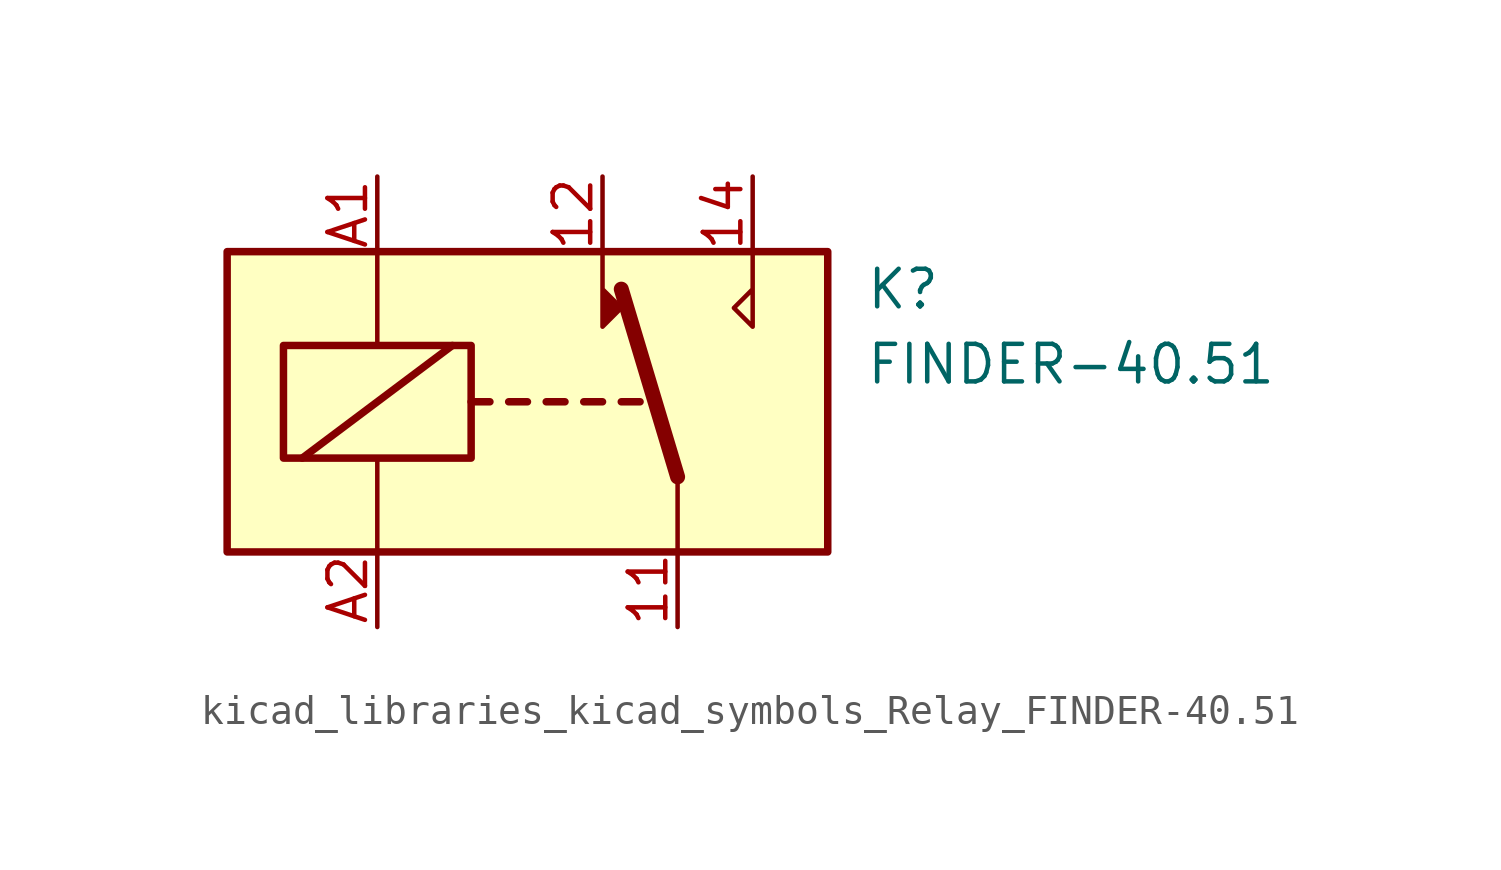
<source format=kicad_sym>
(kicad_symbol_lib
  (version 20220914)
  (generator kicad_symbol_editor)
  (symbol "kicad_libraries_kicad_symbols_Relay_FINDER-40.51"
    (property "Reference" "K"
      (at 11.43 3.81 0)
      (effects (font (size 1.27 1.27)) (justify left)))
    (property "Value" "FINDER-40.51"
      (at 11.43 1.27 0)
      (effects (font (size 1.27 1.27)) (justify left)))
    (symbol "kicad_libraries_kicad_symbols_Relay_FINDER-40.51_0_0"
      (polyline (pts (xy 7.62 5.08) (xy 7.62 2.54) (xy 6.985 3.175) (xy 7.62 3.81)) (stroke (width 0) (type default)) (fill (type none))))
    (symbol "kicad_libraries_kicad_symbols_Relay_FINDER-40.51_0_1"
      (rectangle (start -10.16 5.08) (end 10.16 -5.08) (stroke (width 0.254) (type default)) (fill (type background)))
      (rectangle (start -8.255 1.905) (end -1.905 -1.905) (stroke (width 0.254) (type default)) (fill (type none)))
      (polyline (pts (xy -7.62 -1.905) (xy -2.54 1.905)) (stroke (width 0.254) (type default)) (fill (type none)))
      (polyline (pts (xy -5.08 -5.08) (xy -5.08 -1.905)) (stroke (width 0) (type default)) (fill (type none)))
      (polyline (pts (xy -5.08 5.08) (xy -5.08 1.905)) (stroke (width 0) (type default)) (fill (type none)))
      (polyline (pts (xy -1.905 0) (xy -1.27 0)) (stroke (width 0.254) (type default)) (fill (type none)))
      (polyline (pts (xy -0.635 0) (xy 0 0)) (stroke (width 0.254) (type default)) (fill (type none)))
      (polyline (pts (xy 0.635 0) (xy 1.27 0)) (stroke (width 0.254) (type default)) (fill (type none)))
      (polyline (pts (xy 1.905 0) (xy 2.54 0)) (stroke (width 0.254) (type default)) (fill (type none)))
      (polyline (pts (xy 3.175 0) (xy 3.81 0)) (stroke (width 0.254) (type default)) (fill (type none)))
      (polyline (pts (xy 5.08 -2.54) (xy 3.175 3.81)) (stroke (width 0.508) (type default)) (fill (type none)))
      (polyline (pts (xy 5.08 -2.54) (xy 5.08 -5.08)) (stroke (width 0) (type default)) (fill (type none)))
      (polyline (pts (xy 2.54 5.08) (xy 2.54 2.54) (xy 3.175 3.175) (xy 2.54 3.81)) (stroke (width 0) (type default)) (fill (type outline))))
    (symbol "kicad_libraries_kicad_symbols_Relay_FINDER-40.51_1_1"
      (pin passive line (at 5.08 -7.62 90) (length 2.54) (name "~" (effects (font (size 1.27 1.27)))) (number "11" (effects (font (size 1.27 1.27)))))
      (pin passive line (at 2.54 7.62 270) (length 2.54) (name "~" (effects (font (size 1.27 1.27)))) (number "12" (effects (font (size 1.27 1.27)))))
      (pin passive line (at 7.62 7.62 270) (length 2.54) (name "~" (effects (font (size 1.27 1.27)))) (number "14" (effects (font (size 1.27 1.27)))))
      (pin passive line (at -5.08 7.62 270) (length 2.54) (name "~" (effects (font (size 1.27 1.27)))) (number "A1" (effects (font (size 1.27 1.27)))))
      (pin passive line (at -5.08 -7.62 90) (length 2.54) (name "~" (effects (font (size 1.27 1.27)))) (number "A2" (effects (font (size 1.27 1.27))))))))
</source>
